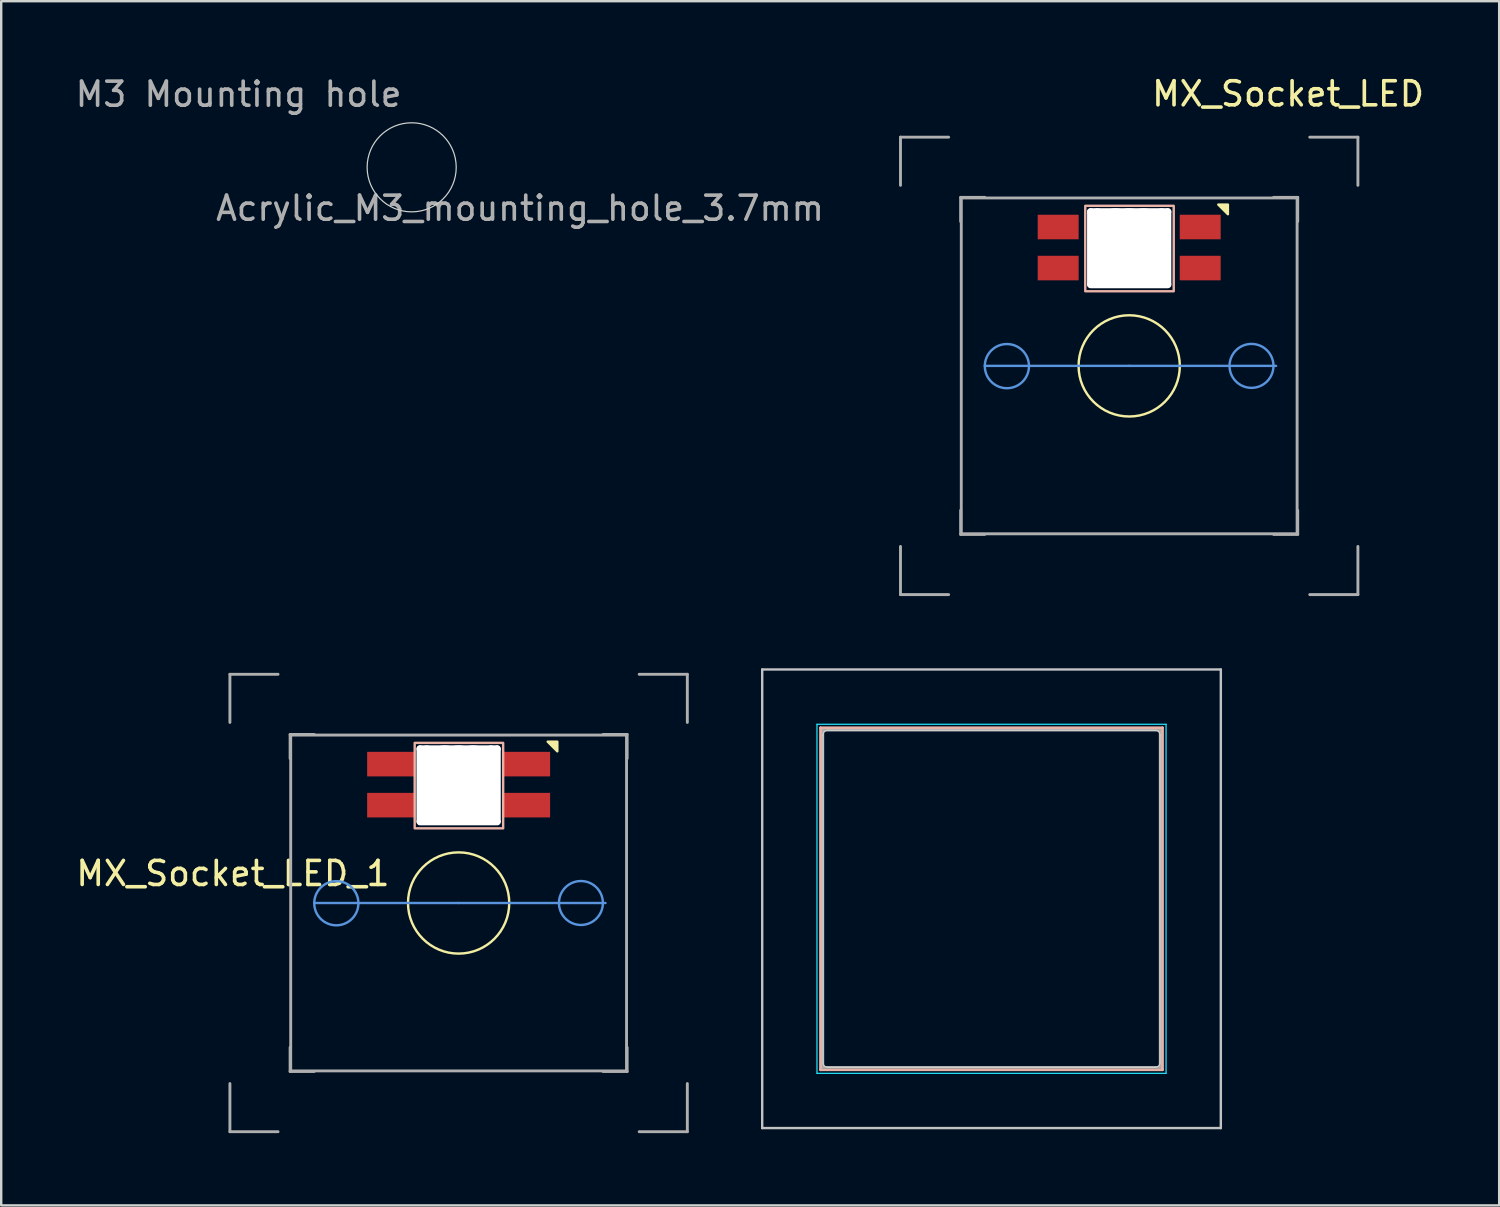
<source format=kicad_pcb>
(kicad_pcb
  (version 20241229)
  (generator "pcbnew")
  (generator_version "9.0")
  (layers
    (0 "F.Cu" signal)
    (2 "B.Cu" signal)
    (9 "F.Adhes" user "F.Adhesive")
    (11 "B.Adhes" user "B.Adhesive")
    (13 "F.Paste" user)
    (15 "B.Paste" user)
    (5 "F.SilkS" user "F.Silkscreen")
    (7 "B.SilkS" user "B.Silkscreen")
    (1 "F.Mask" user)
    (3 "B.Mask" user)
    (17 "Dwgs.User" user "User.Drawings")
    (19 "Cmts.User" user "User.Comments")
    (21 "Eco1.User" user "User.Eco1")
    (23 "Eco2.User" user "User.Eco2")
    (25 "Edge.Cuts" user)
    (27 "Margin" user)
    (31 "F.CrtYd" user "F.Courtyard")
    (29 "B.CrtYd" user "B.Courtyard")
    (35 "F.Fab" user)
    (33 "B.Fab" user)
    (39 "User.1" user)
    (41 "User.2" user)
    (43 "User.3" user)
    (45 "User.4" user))
  (footprint "SK20-keyswitch-rounded-hole"
    (layer "F.Cu")
    (at 38.135 34.283)
    (property "Reference" "SK20-keyswitch-rounded-hole" (at 5.3 -8.5 0) (layer "Eco1.User") (effects (font (size 1 1) (thickness 0.15))))
    (attr through_hole)
    (fp_line (start -7.1 -7.1) (end -7.1 7.1) (stroke (width 0.12) (type solid)) (layer "B.SilkS"))
    (fp_line (start -7.1 7.1) (end 7.1 7.1) (stroke (width 0.12) (type solid)) (layer "B.SilkS"))
    (fp_line (start 7.1 -7.1) (end -7.1 -7.1) (stroke (width 0.12) (type solid)) (layer "B.SilkS"))
    (fp_line (start 7.1 7.1) (end 7.1 -7.1) (stroke (width 0.12) (type solid)) (layer "B.SilkS"))
    (fp_line (start -9.525 -9.525) (end -9.525 9.525) (stroke (width 0.1) (type solid)) (layer "Dwgs.User"))
    (fp_line (start -9.525 9.525) (end 9.525 9.525) (stroke (width 0.1) (type solid)) (layer "Dwgs.User"))
    (fp_line (start 9.525 -9.525) (end -9.525 -9.525) (stroke (width 0.1) (type solid)) (layer "Dwgs.User"))
    (fp_line (start 9.525 9.525) (end 9.525 -9.525) (stroke (width 0.1) (type solid)) (layer "Dwgs.User"))
    (fp_line (start -7 6.8) (end -7 -6.8) (stroke (width 0.05) (type default)) (layer "Edge.Cuts"))
    (fp_line (start -6.8 -7) (end 6.8 -7) (stroke (width 0.05) (type default)) (layer "Edge.Cuts"))
    (fp_line (start -6.8 7) (end 6.8 7) (stroke (width 0.05) (type default)) (layer "Edge.Cuts"))
    (fp_line (start 7 -6.8) (end 7 6.8) (stroke (width 0.05) (type default)) (layer "Edge.Cuts"))
    (fp_arc (start -7 -6.8) (mid -6.941421 -6.941421) (end -6.8 -7) (stroke (width 0.05) (type default)) (layer "Edge.Cuts"))
    (fp_arc (start -6.8 7) (mid -6.941421 6.941421) (end -7 6.8) (stroke (width 0.05) (type default)) (layer "Edge.Cuts"))
    (fp_arc (start 6.800001 -7.000001) (mid 6.941422 -6.941422) (end 7.000001 -6.800001) (stroke (width 0.05) (type default)) (layer "Edge.Cuts"))
    (fp_arc (start 7 6.8) (mid 6.941421 6.941421) (end 6.8 7) (stroke (width 0.05) (type default)) (layer "Edge.Cuts"))
    (fp_line (start -7.25 -7.25) (end -7.25 7.25) (stroke (width 0.05) (type solid)) (layer "B.CrtYd"))
    (fp_line (start -7.25 7.25) (end 7.25 7.25) (stroke (width 0.05) (type solid)) (layer "B.CrtYd"))
    (fp_line (start 7.25 -7.25) (end -7.25 -7.25) (stroke (width 0.05) (type solid)) (layer "B.CrtYd"))
    (fp_line (start 7.25 7.25) (end 7.25 -7.25) (stroke (width 0.05) (type solid)) (layer "B.CrtYd"))
    (fp_line (start -7 -7) (end -7 7) (stroke (width 0.1) (type solid)) (layer "F.Fab"))
    (fp_line (start -7 7) (end 7 7) (stroke (width 0.1) (type solid)) (layer "F.Fab"))
    (fp_line (start 7 -7) (end -7 -7) (stroke (width 0.1) (type solid)) (layer "F.Fab"))
    (fp_line (start 7 7) (end 7 -7) (stroke (width 0.1) (type solid)) (layer "F.Fab")))
  (footprint "Acrylic_M3_mounting_hole_3.7mm"
    (layer "F.Cu")
    (at 14.05 3.9)
    (property "Reference" "Acrylic_M3_mounting_hole_3.7mm" (at 4.5 1.7 0) (layer "F.Fab") (effects (font (size 1 1) (thickness 0.15))))
    (attr through_hole)
    (fp_circle (center 0 0) (end 1.85 0) (stroke (width 0.05) (type default)) (fill no) (layer "Edge.Cuts"))
    (fp_text user "M3 Mounting hole" (at -14.05 -2.45 0) (unlocked yes) (layer "F.Fab") (effects (font (size 1 1) (thickness 0.15)) (justify left bottom))))
  (footprint "MX_Socket_LED_1"
    (layer "F.Cu")
    (at 6.5 24.958)
    (property "Reference" "MX_Socket_LED_1" (at 0.125 8.275 0) (layer "F.SilkS") (effects (font (size 1 1) (thickness 0.15))))
    (attr through_hole)
    (fp_circle (center 9.5 9.5) (end 9.6 7.4) (stroke (width 0.1) (type default)) (fill no) (layer "F.SilkS"))
    (fp_poly (pts (xy 13.6 3.2) (xy 13.6 2.8) (xy 13.2 2.8)) (stroke (width 0.1) (type solid)) (fill yes) (layer "F.SilkS"))
    (fp_rect (start 7.675 2.85) (end 11.35 6.4) (stroke (width 0.1) (type default)) (fill no) (layer "B.SilkS"))
    (fp_line (start 9.5 9.5) (end 3.5 9.5) (stroke (width 0.1) (type default)) (layer "Cmts.User"))
    (fp_line (start 9.5 9.5) (end 15.6 9.5) (stroke (width 0.1) (type default)) (layer "Cmts.User"))
    (fp_circle (center 4.42 9.51) (end 4.81 8.68) (stroke (width 0.1) (type default)) (fill no) (layer "Cmts.User"))
    (fp_circle (center 14.58 9.5) (end 15.21 8.84) (stroke (width 0.1) (type default)) (fill no) (layer "Cmts.User"))
    (fp_line (start 0 0) (end 0 2) (stroke (width 0.12) (type solid)) (layer "F.Fab"))
    (fp_line (start 0 0) (end 2 0) (stroke (width 0.12) (type solid)) (layer "F.Fab"))
    (fp_line (start 0 19) (end 0 17) (stroke (width 0.12) (type solid)) (layer "F.Fab"))
    (fp_line (start 2 19) (end 0 19) (stroke (width 0.12) (type solid)) (layer "F.Fab"))
    (fp_line (start 2.5 2.5) (end 3.5 2.5) (stroke (width 0.12) (type solid)) (layer "F.Fab"))
    (fp_line (start 2.5 3.5) (end 2.5 2.5) (stroke (width 0.12) (type solid)) (layer "F.Fab"))
    (fp_line (start 2.5 15.5) (end 2.5 16.5) (stroke (width 0.12) (type solid)) (layer "F.Fab"))
    (fp_line (start 2.5 16.5) (end 3.5 16.5) (stroke (width 0.12) (type solid)) (layer "F.Fab"))
    (fp_line (start 2.525 2.525) (end 2.525 16.475) (stroke (width 0.12) (type solid)) (layer "F.Fab"))
    (fp_line (start 2.525 16.475) (end 16.475 16.475) (stroke (width 0.12) (type solid)) (layer "F.Fab"))
    (fp_line (start 15.5 2.5) (end 16.5 2.5) (stroke (width 0.12) (type solid)) (layer "F.Fab"))
    (fp_line (start 16.475 2.525) (end 2.525 2.525) (stroke (width 0.12) (type solid)) (layer "F.Fab"))
    (fp_line (start 16.475 16.475) (end 16.475 2.525) (stroke (width 0.12) (type solid)) (layer "F.Fab"))
    (fp_line (start 16.5 2.5) (end 16.5 3.5) (stroke (width 0.12) (type solid)) (layer "F.Fab"))
    (fp_line (start 16.5 16.5) (end 15.5 16.5) (stroke (width 0.12) (type solid)) (layer "F.Fab"))
    (fp_line (start 16.5 16.5) (end 16.5 15.5) (stroke (width 0.12) (type solid)) (layer "F.Fab"))
    (fp_line (start 17 0) (end 19 0) (stroke (width 0.12) (type solid)) (layer "F.Fab"))
    (fp_line (start 19 0) (end 19 2) (stroke (width 0.12) (type solid)) (layer "F.Fab"))
    (fp_line (start 19 17) (end 19 19) (stroke (width 0.12) (type solid)) (layer "F.Fab"))
    (fp_line (start 19 19) (end 17 19) (stroke (width 0.12) (type solid)) (layer "F.Fab"))
    (pad "" np_thru_hole oval (at 7.9 4.6) (size 0.3 3.3) (drill oval 0.3 3.3) (layers "*.Cu" "*.Mask"))
    (pad "" np_thru_hole oval (at 8.175 4.6) (size 0.5 3.3) (drill oval 0.5 3.3) (layers "*.Cu" "*.Mask"))
    (pad "" np_thru_hole oval (at 8.925 4.6) (size 1.7 3.3) (drill oval 1.7 3.3) (layers "*.Cu" "*.Mask"))
    (pad "" np_thru_hole oval (at 9.5 3.1 90) (size 0.3 3.5) (drill oval 0.3 3.5) (layers "*.Cu" "*.Mask"))
    (pad "" np_thru_hole oval (at 9.5 4.6) (size 1.7 3.3) (drill oval 1.7 3.3) (layers "*.Cu" "*.Mask"))
    (pad "" np_thru_hole oval (at 9.5 6.125 90) (size 0.3 3.5) (drill oval 0.3 3.5) (layers "*.Cu" "*.Mask"))
    (pad "" np_thru_hole oval (at 10.1 4.6) (size 1.65 3.3) (drill oval 1.65 3.3) (layers "*.Cu" "*.Mask"))
    (pad "" np_thru_hole oval (at 10.85 4.6 180) (size 0.5 3.3) (drill oval 0.5 3.3) (layers "*.Cu" "*.Mask"))
    (pad "" np_thru_hole oval (at 11.1 4.6) (size 0.3 3.3) (drill oval 0.3 3.3) (layers "*.Cu" "*.Mask"))
    (pad "1" smd rect (at 6.7 5.436) (size 2 1.02) (layers "F.Cu" "F.Mask" "F.Paste"))
    (pad "2" smd rect (at 6.7 3.732) (size 2 1.02) (layers "F.Cu" "F.Mask" "F.Paste"))
    (pad "3" smd rect (at 12.3 3.732) (size 2 1.02) (layers "F.Cu" "F.Mask" "F.Paste"))
    (pad "4" smd rect (at 12.3 5.436) (size 2 1.02) (layers "F.Cu" "F.Mask" "F.Paste")))
  (footprint "MX_Socket_LED"
    (layer "F.Cu")
    (at 43.854 12.148)
    (property "Reference" "MX_Socket_LED" (at 6.6 -11.3 0) (layer "F.SilkS") (effects (font (size 1 1) (thickness 0.15))))
    (attr through_hole)
    (fp_circle (center 0 0) (end 0.1 -2.1) (stroke (width 0.1) (type default)) (fill no) (layer "F.SilkS"))
    (fp_poly (pts (xy 4.1 -6.3) (xy 4.1 -6.7) (xy 3.7 -6.7)) (stroke (width 0.1) (type solid)) (fill yes) (layer "F.SilkS"))
    (fp_rect (start -1.825 -6.65) (end 1.85 -3.1) (stroke (width 0.1) (type default)) (fill no) (layer "B.SilkS"))
    (fp_line (start 0 0) (end -6 0) (stroke (width 0.1) (type default)) (layer "Cmts.User"))
    (fp_line (start 0 0) (end 6.1 0) (stroke (width 0.1) (type default)) (layer "Cmts.User"))
    (fp_circle (center -5.08 0.01) (end -4.69 -0.82) (stroke (width 0.1) (type default)) (fill no) (layer "Cmts.User"))
    (fp_circle (center 5.08 0) (end 5.71 -0.66) (stroke (width 0.1) (type default)) (fill no) (layer "Cmts.User"))
    (fp_line (start -9.5 -9.5) (end -9.5 -7.5) (stroke (width 0.12) (type solid)) (layer "F.Fab"))
    (fp_line (start -9.5 -9.5) (end -7.5 -9.5) (stroke (width 0.12) (type solid)) (layer "F.Fab"))
    (fp_line (start -9.5 9.5) (end -9.5 7.5) (stroke (width 0.12) (type solid)) (layer "F.Fab"))
    (fp_line (start -7.5 9.5) (end -9.5 9.5) (stroke (width 0.12) (type solid)) (layer "F.Fab"))
    (fp_line (start -7 -7) (end -6 -7) (stroke (width 0.12) (type solid)) (layer "F.Fab"))
    (fp_line (start -7 -6) (end -7 -7) (stroke (width 0.12) (type solid)) (layer "F.Fab"))
    (fp_line (start -7 6) (end -7 7) (stroke (width 0.12) (type solid)) (layer "F.Fab"))
    (fp_line (start -7 7) (end -6 7) (stroke (width 0.12) (type solid)) (layer "F.Fab"))
    (fp_line (start -6.975 -6.975) (end -6.975 6.975) (stroke (width 0.12) (type solid)) (layer "F.Fab"))
    (fp_line (start -6.975 6.975) (end 6.975 6.975) (stroke (width 0.12) (type solid)) (layer "F.Fab"))
    (fp_line (start 6 -7) (end 7 -7) (stroke (width 0.12) (type solid)) (layer "F.Fab"))
    (fp_line (start 6.975 -6.975) (end -6.975 -6.975) (stroke (width 0.12) (type solid)) (layer "F.Fab"))
    (fp_line (start 6.975 6.975) (end 6.975 -6.975) (stroke (width 0.12) (type solid)) (layer "F.Fab"))
    (fp_line (start 7 -7) (end 7 -6) (stroke (width 0.12) (type solid)) (layer "F.Fab"))
    (fp_line (start 7 7) (end 6 7) (stroke (width 0.12) (type solid)) (layer "F.Fab"))
    (fp_line (start 7 7) (end 7 6) (stroke (width 0.12) (type solid)) (layer "F.Fab"))
    (fp_line (start 7.5 -9.5) (end 9.5 -9.5) (stroke (width 0.12) (type solid)) (layer "F.Fab"))
    (fp_line (start 9.5 -9.5) (end 9.5 -7.5) (stroke (width 0.12) (type solid)) (layer "F.Fab"))
    (fp_line (start 9.5 7.5) (end 9.5 9.5) (stroke (width 0.12) (type solid)) (layer "F.Fab"))
    (fp_line (start 9.5 9.5) (end 7.5 9.5) (stroke (width 0.12) (type solid)) (layer "F.Fab"))
    (pad "" np_thru_hole oval (at -1.6 -4.9) (size 0.3 3.3) (drill oval 0.3 3.3) (layers "*.Cu" "*.Mask"))
    (pad "" np_thru_hole oval (at -1.325 -4.9) (size 0.5 3.3) (drill oval 0.5 3.3) (layers "*.Cu" "*.Mask"))
    (pad "" np_thru_hole oval (at -0.575 -4.9) (size 1.7 3.3) (drill oval 1.7 3.3) (layers "*.Cu" "*.Mask"))
    (pad "" np_thru_hole oval (at 0 -6.4 90) (size 0.3 3.5) (drill oval 0.3 3.5) (layers "*.Cu" "*.Mask"))
    (pad "" np_thru_hole oval (at 0 -4.9) (size 1.7 3.3) (drill oval 1.7 3.3) (layers "*.Cu" "*.Mask"))
    (pad "" np_thru_hole oval (at 0 -3.375 90) (size 0.3 3.5) (drill oval 0.3 3.5) (layers "*.Cu" "*.Mask"))
    (pad "" np_thru_hole oval (at 0.6 -4.9) (size 1.65 3.3) (drill oval 1.65 3.3) (layers "*.Cu" "*.Mask"))
    (pad "" np_thru_hole oval (at 1.35 -4.9 180) (size 0.5 3.3) (drill oval 0.5 3.3) (layers "*.Cu" "*.Mask"))
    (pad "" np_thru_hole oval (at 1.6 -4.9) (size 0.3 3.3) (drill oval 0.3 3.3) (layers "*.Cu" "*.Mask"))
    (pad "1" smd rect (at -2.95 -4.064) (size 1.7 1.02) (layers "F.Cu" "F.Mask" "F.Paste"))
    (pad "2" smd rect (at -2.95 -5.768) (size 1.7 1.02) (layers "F.Cu" "F.Mask" "F.Paste"))
    (pad "3" smd rect (at 2.95 -5.768) (size 1.7 1.02) (layers "F.Cu" "F.Mask" "F.Paste"))
    (pad "4" smd rect (at 2.95 -4.064) (size 1.7 1.02) (layers "F.Cu" "F.Mask" "F.Paste")))
  (gr_rect
    (start -3 -3)
    (end 59.222 47.018)
    (stroke (width 0.1) (type default))
    (fill no)
    (layer "Edge.Cuts")))
</source>
